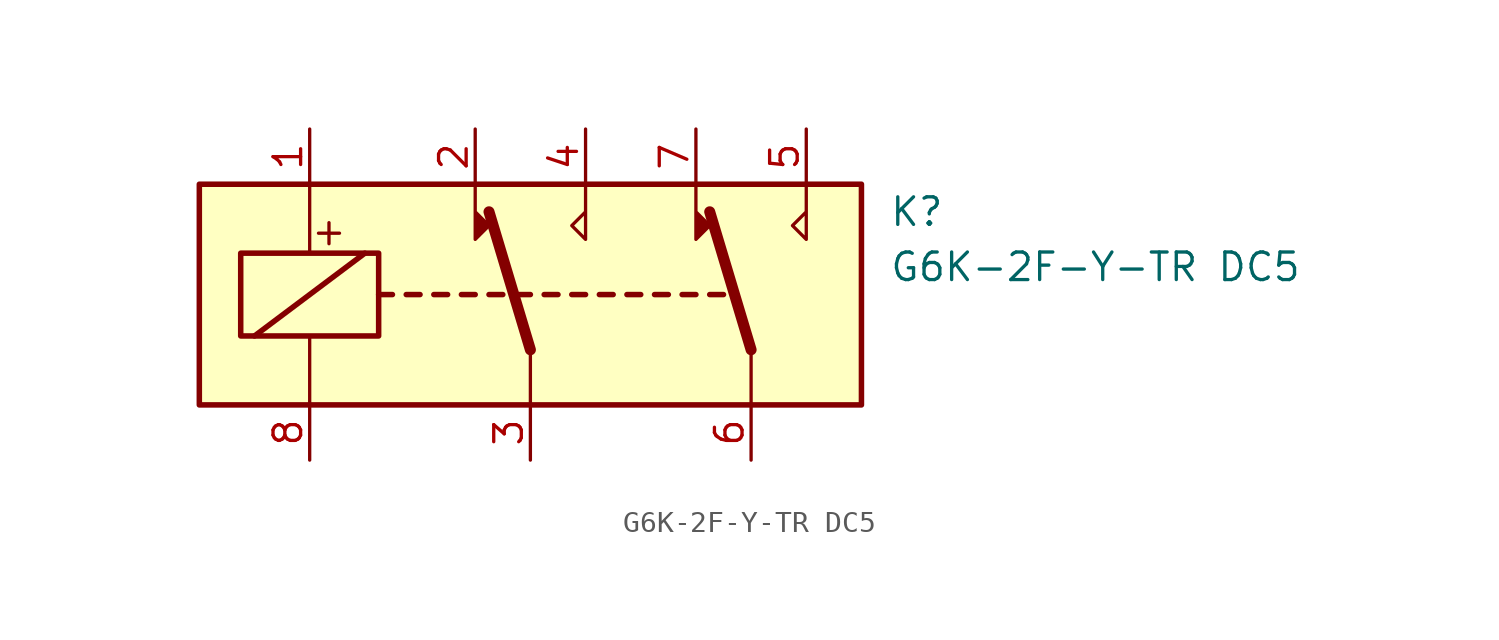
<source format=kicad_sym>
(kicad_symbol_lib
  (version 20231120)
  (generator "kicad_symbol_editor")
  (generator_version "8.0")
  (symbol "G6K-2F-Y-TR DC5"
    (property "Reference" "K"
      (at 16.51 3.81 0)
      (effects (font (size 1.27 1.27)) (justify left)))
    (property "Value" "G6K-2F-Y-TR DC5"
      (at 16.51 1.27 0)
      (effects (font (size 1.27 1.27)) (justify left)))
    (symbol "G6K-2F-Y-TR DC5_0_0"
      (text "+" (at -9.271 2.921 0) (effects (font (size 1.27 1.27)))))
    (symbol "G6K-2F-Y-TR DC5_0_1"
      (rectangle (start -15.24 5.08) (end 15.24 -5.08) (stroke (width 0.254) (type default)) (fill (type background)))
      (rectangle (start -13.335 1.905) (end -6.985 -1.905) (stroke (width 0.254) (type default)) (fill (type none)))
      (polyline (pts (xy -12.7 -1.905) (xy -7.62 1.905)) (stroke (width 0.254) (type default)) (fill (type none)))
      (polyline (pts (xy -10.16 -5.08) (xy -10.16 -1.905)) (stroke (width 0) (type default)) (fill (type none)))
      (polyline (pts (xy -10.16 5.08) (xy -10.16 1.905)) (stroke (width 0) (type default)) (fill (type none)))
      (polyline (pts (xy -6.985 0) (xy -6.35 0)) (stroke (width 0.254) (type default)) (fill (type none)))
      (polyline (pts (xy -5.715 0) (xy -5.08 0)) (stroke (width 0.254) (type default)) (fill (type none)))
      (polyline (pts (xy -4.445 0) (xy -3.81 0)) (stroke (width 0.254) (type default)) (fill (type none)))
      (polyline (pts (xy -3.175 0) (xy -2.54 0)) (stroke (width 0.254) (type default)) (fill (type none)))
      (polyline (pts (xy -1.905 0) (xy -1.27 0)) (stroke (width 0.254) (type default)) (fill (type none)))
      (polyline (pts (xy -0.635 0) (xy 0 0)) (stroke (width 0.254) (type default)) (fill (type none)))
      (polyline (pts (xy 0 -2.54) (xy -1.905 3.81)) (stroke (width 0.508) (type default)) (fill (type none)))
      (polyline (pts (xy 0 -2.54) (xy 0 -5.08)) (stroke (width 0) (type default)) (fill (type none)))
      (polyline (pts (xy 0.635 0) (xy 1.27 0)) (stroke (width 0.254) (type default)) (fill (type none)))
      (polyline (pts (xy 1.905 0) (xy 2.54 0)) (stroke (width 0.254) (type default)) (fill (type none)))
      (polyline (pts (xy 3.175 0) (xy 3.81 0)) (stroke (width 0.254) (type default)) (fill (type none)))
      (polyline (pts (xy 4.445 0) (xy 5.08 0)) (stroke (width 0.254) (type default)) (fill (type none)))
      (polyline (pts (xy 5.715 0) (xy 6.35 0)) (stroke (width 0.254) (type default)) (fill (type none)))
      (polyline (pts (xy 6.985 0) (xy 7.62 0)) (stroke (width 0.254) (type default)) (fill (type none)))
      (polyline (pts (xy 8.255 0) (xy 8.89 0)) (stroke (width 0.254) (type default)) (fill (type none)))
      (polyline (pts (xy 10.16 -2.54) (xy 8.255 3.81)) (stroke (width 0.508) (type default)) (fill (type none)))
      (polyline (pts (xy 10.16 -2.54) (xy 10.16 -5.08)) (stroke (width 0) (type default)) (fill (type none)))
      (polyline (pts (xy -2.54 5.08) (xy -2.54 2.54) (xy -1.905 3.175) (xy -2.54 3.81)) (stroke (width 0) (type default)) (fill (type outline)))
      (polyline (pts (xy 2.54 5.08) (xy 2.54 2.54) (xy 1.905 3.175) (xy 2.54 3.81)) (stroke (width 0) (type default)) (fill (type none)))
      (polyline (pts (xy 7.62 5.08) (xy 7.62 2.54) (xy 8.255 3.175) (xy 7.62 3.81)) (stroke (width 0) (type default)) (fill (type outline)))
      (polyline (pts (xy 12.7 5.08) (xy 12.7 2.54) (xy 12.065 3.175) (xy 12.7 3.81)) (stroke (width 0) (type default)) (fill (type none))))
    (symbol "G6K-2F-Y-TR DC5_1_1"
      (pin passive line (at -10.16 7.62 270) (length 2.54) (name "~" (effects (font (size 1.27 1.27)))) (number "1" (effects (font (size 1.27 1.27)))))
      (pin passive line (at -2.54 7.62 270) (length 2.54) (name "~" (effects (font (size 1.27 1.27)))) (number "2" (effects (font (size 1.27 1.27)))))
      (pin passive line (at 0 -7.62 90) (length 2.54) (name "~" (effects (font (size 1.27 1.27)))) (number "3" (effects (font (size 1.27 1.27)))))
      (pin passive line (at 2.54 7.62 270) (length 2.54) (name "~" (effects (font (size 1.27 1.27)))) (number "4" (effects (font (size 1.27 1.27)))))
      (pin passive line (at 12.7 7.62 270) (length 2.54) (name "~" (effects (font (size 1.27 1.27)))) (number "5" (effects (font (size 1.27 1.27)))))
      (pin passive line (at 10.16 -7.62 90) (length 2.54) (name "~" (effects (font (size 1.27 1.27)))) (number "6" (effects (font (size 1.27 1.27)))))
      (pin passive line (at 7.62 7.62 270) (length 2.54) (name "~" (effects (font (size 1.27 1.27)))) (number "7" (effects (font (size 1.27 1.27)))))
      (pin passive line (at -10.16 -7.62 90) (length 2.54) (name "~" (effects (font (size 1.27 1.27)))) (number "8" (effects (font (size 1.27 1.27))))))))
</source>
